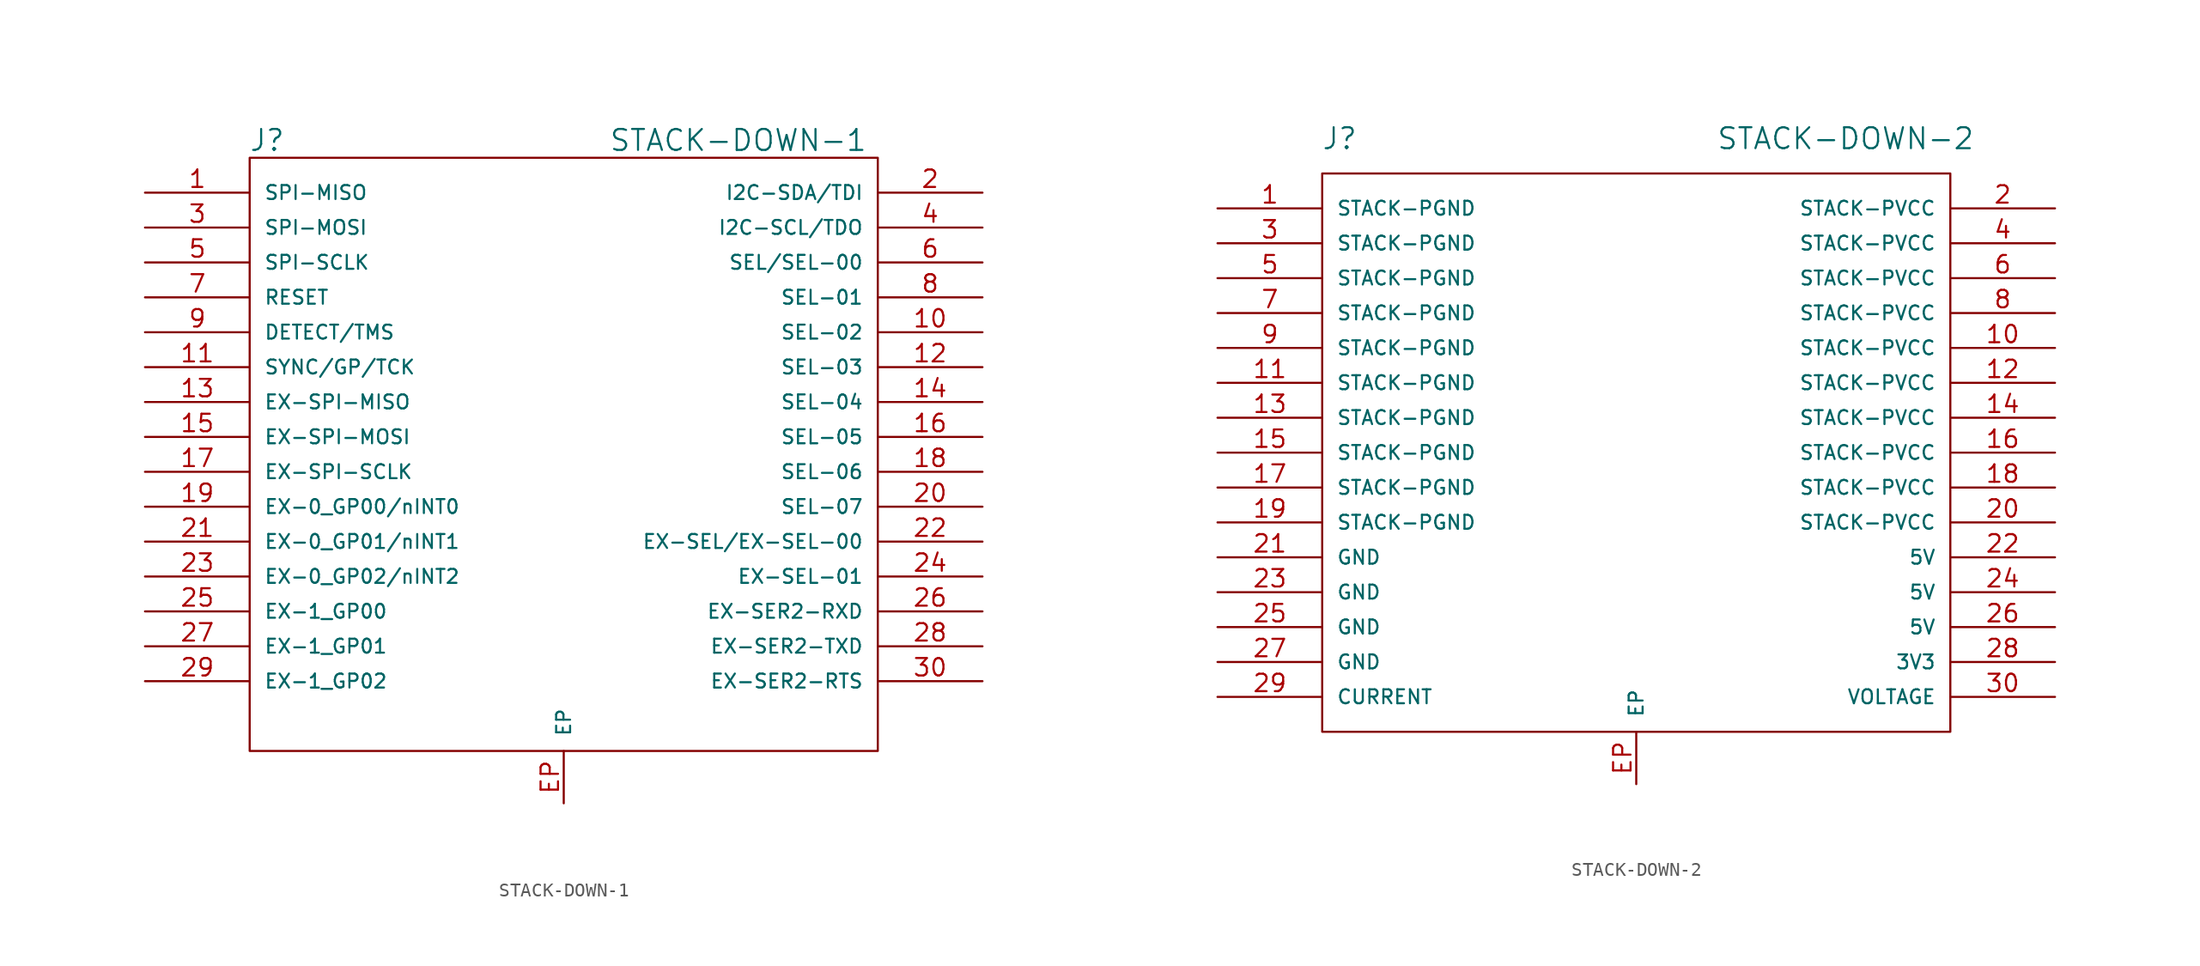
<source format=kicad_sym>
(kicad_symbol_lib
  (version 20210619)
  (generator kicad_symbol_editor)
  (symbol "tinkerforge:STACK-DOWN-1"
    (pin_names
      (offset 1.016))
    (property "Reference" "J"
      (at -21.59 21.59 0)
      (effects (font (size 1.524 1.524))))
    (property "Value" "STACK-DOWN-1"
      (at 12.7 21.59 0)
      (effects (font (size 1.524 1.524))))
    (property "Footprint" ""
      (at 0 0 0)
      (effects (font (size 1.524 1.524))))
    (property "Datasheet" ""
      (at 0 0 0)
      (effects (font (size 1.524 1.524))))
    (symbol "STACK-DOWN-1_0_1"
      (rectangle (start -22.86 20.32) (end 22.86 -22.86) (stroke (width 0)) (fill (type none))))
    (symbol "STACK-DOWN-1_1_1"
      (pin passive line (at -30.48 17.78 0) (length 7.62) (name "SPI-MISO" (effects (font (size 1.016 1.016)))) (number "1" (effects (font (size 1.27 1.27)))))
      (pin passive line (at 30.48 7.62 180) (length 7.62) (name "SEL-02" (effects (font (size 1.016 1.016)))) (number "10" (effects (font (size 1.27 1.27)))))
      (pin passive line (at -30.48 5.08 0) (length 7.62) (name "SYNC/GP/TCK" (effects (font (size 1.016 1.016)))) (number "11" (effects (font (size 1.27 1.27)))))
      (pin passive line (at 30.48 5.08 180) (length 7.62) (name "SEL-03" (effects (font (size 1.016 1.016)))) (number "12" (effects (font (size 1.27 1.27)))))
      (pin passive line (at -30.48 2.54 0) (length 7.62) (name "EX-SPI-MISO" (effects (font (size 1.016 1.016)))) (number "13" (effects (font (size 1.27 1.27)))))
      (pin passive line (at 30.48 2.54 180) (length 7.62) (name "SEL-04" (effects (font (size 1.016 1.016)))) (number "14" (effects (font (size 1.27 1.27)))))
      (pin passive line (at -30.48 0 0) (length 7.62) (name "EX-SPI-MOSI" (effects (font (size 1.016 1.016)))) (number "15" (effects (font (size 1.27 1.27)))))
      (pin passive line (at 30.48 0 180) (length 7.62) (name "SEL-05" (effects (font (size 1.016 1.016)))) (number "16" (effects (font (size 1.27 1.27)))))
      (pin input line (at -30.48 -2.54 0) (length 7.62) (name "EX-SPI-SCLK" (effects (font (size 1.016 1.016)))) (number "17" (effects (font (size 1.27 1.27)))))
      (pin passive line (at 30.48 -2.54 180) (length 7.62) (name "SEL-06" (effects (font (size 1.016 1.016)))) (number "18" (effects (font (size 1.27 1.27)))))
      (pin input line (at -30.48 -5.08 0) (length 7.62) (name "EX-0_GP00/nINT0" (effects (font (size 1.016 1.016)))) (number "19" (effects (font (size 1.27 1.27)))))
      (pin passive line (at 30.48 17.78 180) (length 7.62) (name "I2C-SDA/TDI" (effects (font (size 1.016 1.016)))) (number "2" (effects (font (size 1.27 1.27)))))
      (pin passive line (at 30.48 -5.08 180) (length 7.62) (name "SEL-07" (effects (font (size 1.016 1.016)))) (number "20" (effects (font (size 1.27 1.27)))))
      (pin passive line (at -30.48 -7.62 0) (length 7.62) (name "EX-0_GP01/nINT1" (effects (font (size 1.016 1.016)))) (number "21" (effects (font (size 1.27 1.27)))))
      (pin passive line (at 30.48 -7.62 180) (length 7.62) (name "EX-SEL/EX-SEL-00" (effects (font (size 1.016 1.016)))) (number "22" (effects (font (size 1.27 1.27)))))
      (pin passive line (at -30.48 -10.16 0) (length 7.62) (name "EX-0_GP02/nINT2" (effects (font (size 1.016 1.016)))) (number "23" (effects (font (size 1.27 1.27)))))
      (pin passive line (at 30.48 -10.16 180) (length 7.62) (name "EX-SEL-01" (effects (font (size 1.016 1.016)))) (number "24" (effects (font (size 1.27 1.27)))))
      (pin passive line (at -30.48 -12.7 0) (length 7.62) (name "EX-1_GP00" (effects (font (size 1.016 1.016)))) (number "25" (effects (font (size 1.27 1.27)))))
      (pin passive line (at 30.48 -12.7 180) (length 7.62) (name "EX-SER2-RXD" (effects (font (size 1.016 1.016)))) (number "26" (effects (font (size 1.27 1.27)))))
      (pin passive line (at -30.48 -15.24 0) (length 7.62) (name "EX-1_GP01" (effects (font (size 1.016 1.016)))) (number "27" (effects (font (size 1.27 1.27)))))
      (pin passive line (at 30.48 -15.24 180) (length 7.62) (name "EX-SER2-TXD" (effects (font (size 1.016 1.016)))) (number "28" (effects (font (size 1.27 1.27)))))
      (pin passive line (at -30.48 -17.78 0) (length 7.62) (name "EX-1_GP02" (effects (font (size 1.016 1.016)))) (number "29" (effects (font (size 1.27 1.27)))))
      (pin passive line (at -30.48 15.24 0) (length 7.62) (name "SPI-MOSI" (effects (font (size 1.016 1.016)))) (number "3" (effects (font (size 1.27 1.27)))))
      (pin passive line (at 30.48 -17.78 180) (length 7.62) (name "EX-SER2-RTS" (effects (font (size 1.016 1.016)))) (number "30" (effects (font (size 1.27 1.27)))))
      (pin passive line (at 30.48 15.24 180) (length 7.62) (name "I2C-SCL/TDO" (effects (font (size 1.016 1.016)))) (number "4" (effects (font (size 1.27 1.27)))))
      (pin passive line (at -30.48 12.7 0) (length 7.62) (name "SPI-SCLK" (effects (font (size 1.016 1.016)))) (number "5" (effects (font (size 1.27 1.27)))))
      (pin passive line (at 30.48 12.7 180) (length 7.62) (name "SEL/SEL-00" (effects (font (size 1.016 1.016)))) (number "6" (effects (font (size 1.27 1.27)))))
      (pin passive line (at -30.48 10.16 0) (length 7.62) (name "RESET" (effects (font (size 1.016 1.016)))) (number "7" (effects (font (size 1.27 1.27)))))
      (pin passive line (at 30.48 10.16 180) (length 7.62) (name "SEL-01" (effects (font (size 1.016 1.016)))) (number "8" (effects (font (size 1.27 1.27)))))
      (pin passive line (at -30.48 7.62 0) (length 7.62) (name "DETECT/TMS" (effects (font (size 1.016 1.016)))) (number "9" (effects (font (size 1.27 1.27)))))
      (pin passive line (at 0 -26.67 90) (length 3.81) (name "EP" (effects (font (size 1.016 1.016)))) (number "EP" (effects (font (size 1.27 1.27)))))))
  (symbol "tinkerforge:STACK-DOWN-2"
    (pin_names
      (offset 1.016))
    (property "Reference" "J"
      (at -21.59 22.86 0)
      (effects (font (size 1.524 1.524))))
    (property "Value" "STACK-DOWN-2"
      (at 15.24 22.86 0)
      (effects (font (size 1.524 1.524))))
    (property "Footprint" ""
      (at 0 0 0)
      (effects (font (size 1.524 1.524))))
    (property "Datasheet" ""
      (at 0 0 0)
      (effects (font (size 1.524 1.524))))
    (symbol "STACK-DOWN-2_0_1"
      (rectangle (start -22.86 20.32) (end 22.86 -20.32) (stroke (width 0)) (fill (type none))))
    (symbol "STACK-DOWN-2_1_1"
      (pin passive line (at -30.48 17.78 0) (length 7.62) (name "STACK-PGND" (effects (font (size 1.016 1.016)))) (number "1" (effects (font (size 1.27 1.27)))))
      (pin passive line (at 30.48 7.62 180) (length 7.62) (name "STACK-PVCC" (effects (font (size 1.016 1.016)))) (number "10" (effects (font (size 1.27 1.27)))))
      (pin passive line (at -30.48 5.08 0) (length 7.62) (name "STACK-PGND" (effects (font (size 1.016 1.016)))) (number "11" (effects (font (size 1.27 1.27)))))
      (pin passive line (at 30.48 5.08 180) (length 7.62) (name "STACK-PVCC" (effects (font (size 1.016 1.016)))) (number "12" (effects (font (size 1.27 1.27)))))
      (pin passive line (at -30.48 2.54 0) (length 7.62) (name "STACK-PGND" (effects (font (size 1.016 1.016)))) (number "13" (effects (font (size 1.27 1.27)))))
      (pin passive line (at 30.48 2.54 180) (length 7.62) (name "STACK-PVCC" (effects (font (size 1.016 1.016)))) (number "14" (effects (font (size 1.27 1.27)))))
      (pin passive line (at -30.48 0 0) (length 7.62) (name "STACK-PGND" (effects (font (size 1.016 1.016)))) (number "15" (effects (font (size 1.27 1.27)))))
      (pin passive line (at 30.48 0 180) (length 7.62) (name "STACK-PVCC" (effects (font (size 1.016 1.016)))) (number "16" (effects (font (size 1.27 1.27)))))
      (pin passive line (at -30.48 -2.54 0) (length 7.62) (name "STACK-PGND" (effects (font (size 1.016 1.016)))) (number "17" (effects (font (size 1.27 1.27)))))
      (pin passive line (at 30.48 -2.54 180) (length 7.62) (name "STACK-PVCC" (effects (font (size 1.016 1.016)))) (number "18" (effects (font (size 1.27 1.27)))))
      (pin passive line (at -30.48 -5.08 0) (length 7.62) (name "STACK-PGND" (effects (font (size 1.016 1.016)))) (number "19" (effects (font (size 1.27 1.27)))))
      (pin passive line (at 30.48 17.78 180) (length 7.62) (name "STACK-PVCC" (effects (font (size 1.016 1.016)))) (number "2" (effects (font (size 1.27 1.27)))))
      (pin passive line (at 30.48 -5.08 180) (length 7.62) (name "STACK-PVCC" (effects (font (size 1.016 1.016)))) (number "20" (effects (font (size 1.27 1.27)))))
      (pin passive line (at -30.48 -7.62 0) (length 7.62) (name "GND" (effects (font (size 1.016 1.016)))) (number "21" (effects (font (size 1.27 1.27)))))
      (pin passive line (at 30.48 -7.62 180) (length 7.62) (name "5V" (effects (font (size 1.016 1.016)))) (number "22" (effects (font (size 1.27 1.27)))))
      (pin passive line (at -30.48 -10.16 0) (length 7.62) (name "GND" (effects (font (size 1.016 1.016)))) (number "23" (effects (font (size 1.27 1.27)))))
      (pin passive line (at 30.48 -10.16 180) (length 7.62) (name "5V" (effects (font (size 1.016 1.016)))) (number "24" (effects (font (size 1.27 1.27)))))
      (pin passive line (at -30.48 -12.7 0) (length 7.62) (name "GND" (effects (font (size 1.016 1.016)))) (number "25" (effects (font (size 1.27 1.27)))))
      (pin passive line (at 30.48 -12.7 180) (length 7.62) (name "5V" (effects (font (size 1.016 1.016)))) (number "26" (effects (font (size 1.27 1.27)))))
      (pin passive line (at -30.48 -15.24 0) (length 7.62) (name "GND" (effects (font (size 1.016 1.016)))) (number "27" (effects (font (size 1.27 1.27)))))
      (pin passive line (at 30.48 -15.24 180) (length 7.62) (name "3V3" (effects (font (size 1.016 1.016)))) (number "28" (effects (font (size 1.27 1.27)))))
      (pin passive line (at -30.48 -17.78 0) (length 7.62) (name "CURRENT" (effects (font (size 1.016 1.016)))) (number "29" (effects (font (size 1.27 1.27)))))
      (pin passive line (at -30.48 15.24 0) (length 7.62) (name "STACK-PGND" (effects (font (size 1.016 1.016)))) (number "3" (effects (font (size 1.27 1.27)))))
      (pin passive line (at 30.48 -17.78 180) (length 7.62) (name "VOLTAGE" (effects (font (size 1.016 1.016)))) (number "30" (effects (font (size 1.27 1.27)))))
      (pin passive line (at 30.48 15.24 180) (length 7.62) (name "STACK-PVCC" (effects (font (size 1.016 1.016)))) (number "4" (effects (font (size 1.27 1.27)))))
      (pin passive line (at -30.48 12.7 0) (length 7.62) (name "STACK-PGND" (effects (font (size 1.016 1.016)))) (number "5" (effects (font (size 1.27 1.27)))))
      (pin passive line (at 30.48 12.7 180) (length 7.62) (name "STACK-PVCC" (effects (font (size 1.016 1.016)))) (number "6" (effects (font (size 1.27 1.27)))))
      (pin passive line (at -30.48 10.16 0) (length 7.62) (name "STACK-PGND" (effects (font (size 1.016 1.016)))) (number "7" (effects (font (size 1.27 1.27)))))
      (pin passive line (at 30.48 10.16 180) (length 7.62) (name "STACK-PVCC" (effects (font (size 1.016 1.016)))) (number "8" (effects (font (size 1.27 1.27)))))
      (pin passive line (at -30.48 7.62 0) (length 7.62) (name "STACK-PGND" (effects (font (size 1.016 1.016)))) (number "9" (effects (font (size 1.27 1.27)))))
      (pin passive line (at 0 -24.13 90) (length 3.81) (name "EP" (effects (font (size 1.016 1.016)))) (number "EP" (effects (font (size 1.27 1.27))))))))
</source>
